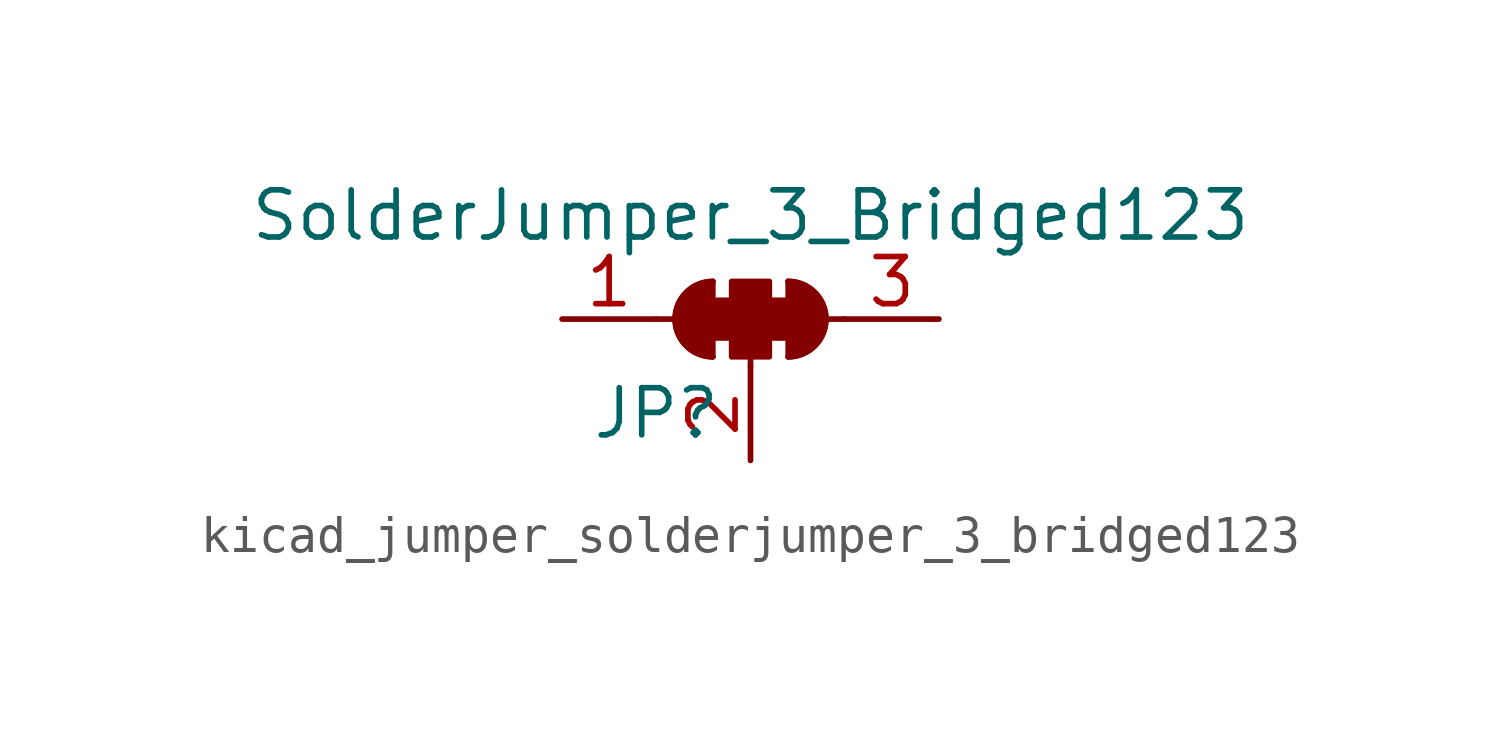
<source format=kicad_sym>
(kicad_symbol_lib
  (version 20220914)
  (generator kicad_symbol_editor)
  (symbol "kicad_jumper_solderjumper_3_bridged123"
    (pin_names
      (offset 0) hide)
    (property "Reference" "JP"
      (at -2.54 -2.54 0)
      (effects (font (size 1.27 1.27))))
    (property "Value" "SolderJumper_3_Bridged123"
      (at 0 2.794 0)
      (effects (font (size 1.27 1.27))))
    (symbol "kicad_jumper_solderjumper_3_bridged123_0_1"
      (rectangle (start -1.016 0.508) (end -0.508 -0.508) (stroke (width 0) (type default)) (fill (type outline)))
      (arc (start -1.016 1.016) (mid -2.0276 0) (end -1.016 -1.016) (stroke (width 0) (type default)) (fill (type none)))
      (arc (start -1.016 1.016) (mid -2.0276 0) (end -1.016 -1.016) (stroke (width 0) (type default)) (fill (type outline)))
      (rectangle (start -0.508 1.016) (end 0.508 -1.016) (stroke (width 0) (type default)) (fill (type outline)))
      (polyline (pts (xy -2.54 0) (xy -2.032 0)) (stroke (width 0) (type default)) (fill (type none)))
      (polyline (pts (xy -1.016 1.016) (xy -1.016 -1.016)) (stroke (width 0) (type default)) (fill (type none)))
      (polyline (pts (xy 0 -1.27) (xy 0 -1.016)) (stroke (width 0) (type default)) (fill (type none)))
      (polyline (pts (xy 1.016 1.016) (xy 1.016 -1.016)) (stroke (width 0) (type default)) (fill (type none)))
      (polyline (pts (xy 2.54 0) (xy 2.032 0)) (stroke (width 0) (type default)) (fill (type none)))
      (rectangle (start 0.508 0.508) (end 1.016 -0.508) (stroke (width 0) (type default)) (fill (type outline)))
      (arc (start 1.016 -1.016) (mid 2.0276 0) (end 1.016 1.016) (stroke (width 0) (type default)) (fill (type none)))
      (arc (start 1.016 -1.016) (mid 2.0276 0) (end 1.016 1.016) (stroke (width 0) (type default)) (fill (type outline))))
    (symbol "kicad_jumper_solderjumper_3_bridged123_1_1"
      (pin passive line (at -5.08 0 0) (length 2.54) (name "A" (effects (font (size 1.27 1.27)))) (number "1" (effects (font (size 1.27 1.27)))))
      (pin passive line (at 0 -3.81 90) (length 2.54) (name "C" (effects (font (size 1.27 1.27)))) (number "2" (effects (font (size 1.27 1.27)))))
      (pin passive line (at 5.08 0 180) (length 2.54) (name "B" (effects (font (size 1.27 1.27)))) (number "3" (effects (font (size 1.27 1.27))))))))
</source>
